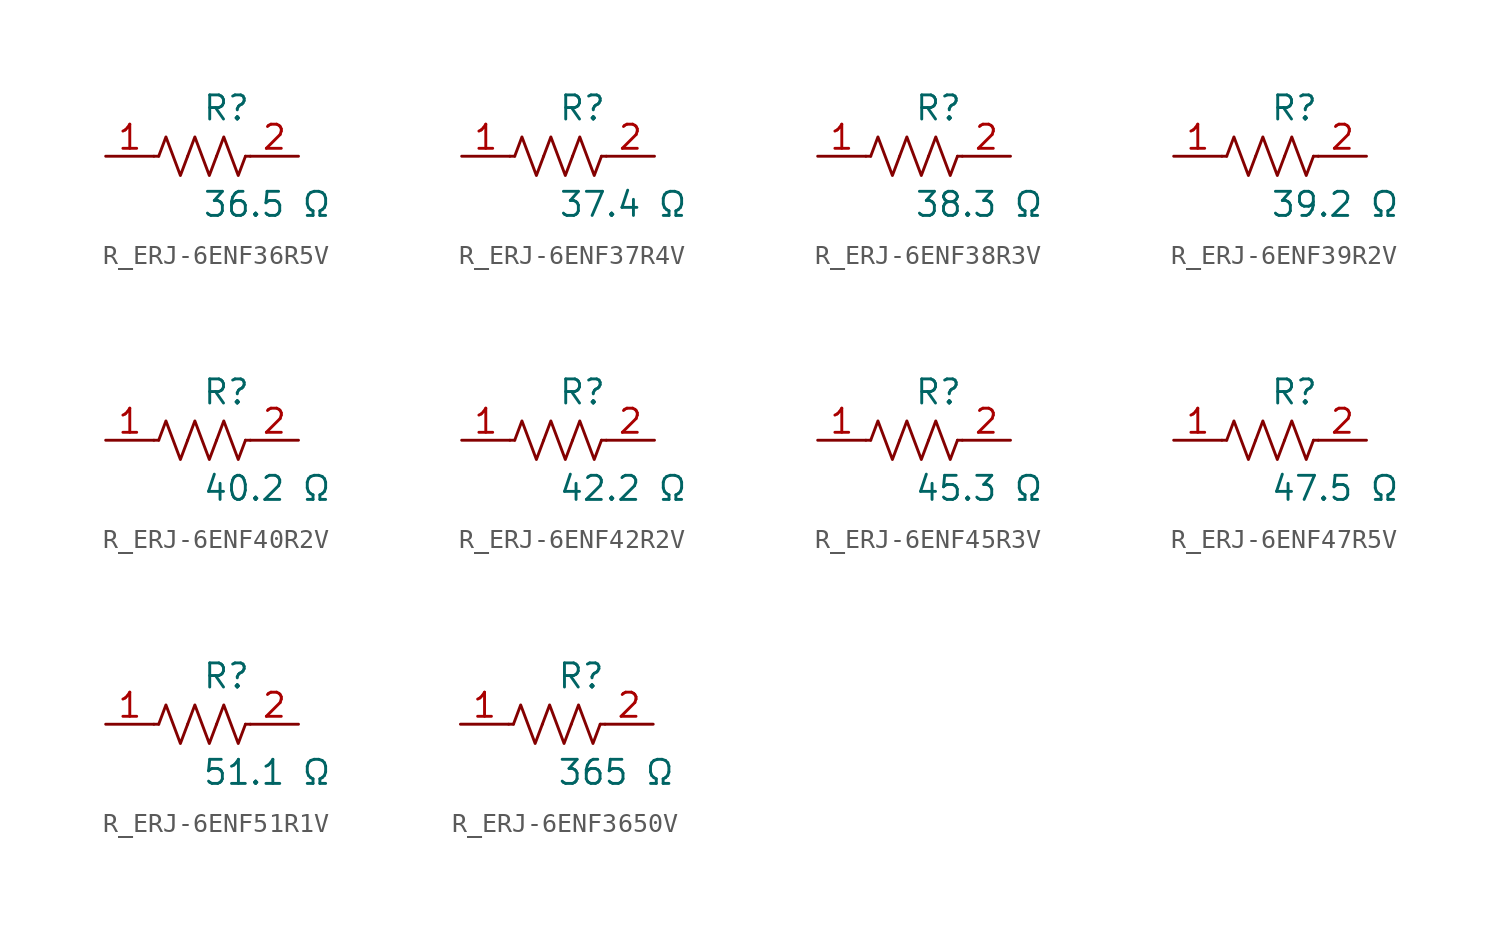
<source format=kicad_sym>
(kicad_symbol_lib
  (version 20231120)
  (generator kicad_symbol_editor)
  (generator_version 8.0)
  (symbol "R_ERJ-6ENF36R5V"
    (pin_names
      (offset 0.254))
    (property "Reference" "R"
      (at 0.0 2.54 0)
      (effects (font (size 1.27 1.27)) (justify left)))
    (property "Value" "36.5 Ω"
      (at 0.0 -2.54 0)
      (effects (font (size 1.27 1.27)) (justify left)))
    (symbol "R_ERJ-6ENF36R5V_0_1"
      (polyline (pts (xy 2.286 0) (xy 2.54 0)) (stroke (width 0) (type default)) (fill (type none)))
      (polyline (pts (xy -2.286 0) (xy -2.54 0)) (stroke (width 0) (type default)) (fill (type none)))
      (polyline (pts (xy 0.762 0) (xy 1.143 1.016) (xy 1.524 0) (xy 1.905 -1.016) (xy 2.286 0)) (stroke (width 0) (type default)) (fill (type none)))
      (polyline (pts (xy -0.762 0) (xy -0.381 1.016) (xy 0 0) (xy 0.381 -1.016) (xy 0.762 0)) (stroke (width 0) (type default)) (fill (type none)))
      (polyline (pts (xy -2.286 0) (xy -1.905 1.016) (xy -1.524 0) (xy -1.143 -1.016) (xy -0.762 0)) (stroke (width 0) (type default)) (fill (type none))))
    (pin unspecified line
      (at -5.08 0 0)
      (length 2.54)
      (name "" (effects (font (size 1.27 1.27))))
      (number "1" (effects (font (size 1.27 1.27)))))
    (pin unspecified line
      (at 5.08 0 180)
      (length 2.54)
      (name "" (effects (font (size 1.27 1.27))))
      (number "2" (effects (font (size 1.27 1.27))))))
  (symbol "R_ERJ-6ENF37R4V"
    (pin_names
      (offset 0.254))
    (property "Reference" "R"
      (at 0.0 2.54 0)
      (effects (font (size 1.27 1.27)) (justify left)))
    (property "Value" "37.4 Ω"
      (at 0.0 -2.54 0)
      (effects (font (size 1.27 1.27)) (justify left)))
    (symbol "R_ERJ-6ENF37R4V_0_1"
      (polyline (pts (xy 2.286 0) (xy 2.54 0)) (stroke (width 0) (type default)) (fill (type none)))
      (polyline (pts (xy -2.286 0) (xy -2.54 0)) (stroke (width 0) (type default)) (fill (type none)))
      (polyline (pts (xy 0.762 0) (xy 1.143 1.016) (xy 1.524 0) (xy 1.905 -1.016) (xy 2.286 0)) (stroke (width 0) (type default)) (fill (type none)))
      (polyline (pts (xy -0.762 0) (xy -0.381 1.016) (xy 0 0) (xy 0.381 -1.016) (xy 0.762 0)) (stroke (width 0) (type default)) (fill (type none)))
      (polyline (pts (xy -2.286 0) (xy -1.905 1.016) (xy -1.524 0) (xy -1.143 -1.016) (xy -0.762 0)) (stroke (width 0) (type default)) (fill (type none))))
    (pin unspecified line
      (at -5.08 0 0)
      (length 2.54)
      (name "" (effects (font (size 1.27 1.27))))
      (number "1" (effects (font (size 1.27 1.27)))))
    (pin unspecified line
      (at 5.08 0 180)
      (length 2.54)
      (name "" (effects (font (size 1.27 1.27))))
      (number "2" (effects (font (size 1.27 1.27))))))
  (symbol "R_ERJ-6ENF38R3V"
    (pin_names
      (offset 0.254))
    (property "Reference" "R"
      (at 0.0 2.54 0)
      (effects (font (size 1.27 1.27)) (justify left)))
    (property "Value" "38.3 Ω"
      (at 0.0 -2.54 0)
      (effects (font (size 1.27 1.27)) (justify left)))
    (symbol "R_ERJ-6ENF38R3V_0_1"
      (polyline (pts (xy 2.286 0) (xy 2.54 0)) (stroke (width 0) (type default)) (fill (type none)))
      (polyline (pts (xy -2.286 0) (xy -2.54 0)) (stroke (width 0) (type default)) (fill (type none)))
      (polyline (pts (xy 0.762 0) (xy 1.143 1.016) (xy 1.524 0) (xy 1.905 -1.016) (xy 2.286 0)) (stroke (width 0) (type default)) (fill (type none)))
      (polyline (pts (xy -0.762 0) (xy -0.381 1.016) (xy 0 0) (xy 0.381 -1.016) (xy 0.762 0)) (stroke (width 0) (type default)) (fill (type none)))
      (polyline (pts (xy -2.286 0) (xy -1.905 1.016) (xy -1.524 0) (xy -1.143 -1.016) (xy -0.762 0)) (stroke (width 0) (type default)) (fill (type none))))
    (pin unspecified line
      (at -5.08 0 0)
      (length 2.54)
      (name "" (effects (font (size 1.27 1.27))))
      (number "1" (effects (font (size 1.27 1.27)))))
    (pin unspecified line
      (at 5.08 0 180)
      (length 2.54)
      (name "" (effects (font (size 1.27 1.27))))
      (number "2" (effects (font (size 1.27 1.27))))))
  (symbol "R_ERJ-6ENF39R2V"
    (pin_names
      (offset 0.254))
    (property "Reference" "R"
      (at 0.0 2.54 0)
      (effects (font (size 1.27 1.27)) (justify left)))
    (property "Value" "39.2 Ω"
      (at 0.0 -2.54 0)
      (effects (font (size 1.27 1.27)) (justify left)))
    (symbol "R_ERJ-6ENF39R2V_0_1"
      (polyline (pts (xy 2.286 0) (xy 2.54 0)) (stroke (width 0) (type default)) (fill (type none)))
      (polyline (pts (xy -2.286 0) (xy -2.54 0)) (stroke (width 0) (type default)) (fill (type none)))
      (polyline (pts (xy 0.762 0) (xy 1.143 1.016) (xy 1.524 0) (xy 1.905 -1.016) (xy 2.286 0)) (stroke (width 0) (type default)) (fill (type none)))
      (polyline (pts (xy -0.762 0) (xy -0.381 1.016) (xy 0 0) (xy 0.381 -1.016) (xy 0.762 0)) (stroke (width 0) (type default)) (fill (type none)))
      (polyline (pts (xy -2.286 0) (xy -1.905 1.016) (xy -1.524 0) (xy -1.143 -1.016) (xy -0.762 0)) (stroke (width 0) (type default)) (fill (type none))))
    (pin unspecified line
      (at -5.08 0 0)
      (length 2.54)
      (name "" (effects (font (size 1.27 1.27))))
      (number "1" (effects (font (size 1.27 1.27)))))
    (pin unspecified line
      (at 5.08 0 180)
      (length 2.54)
      (name "" (effects (font (size 1.27 1.27))))
      (number "2" (effects (font (size 1.27 1.27))))))
  (symbol "R_ERJ-6ENF40R2V"
    (pin_names
      (offset 0.254))
    (property "Reference" "R"
      (at 0.0 2.54 0)
      (effects (font (size 1.27 1.27)) (justify left)))
    (property "Value" "40.2 Ω"
      (at 0.0 -2.54 0)
      (effects (font (size 1.27 1.27)) (justify left)))
    (symbol "R_ERJ-6ENF40R2V_0_1"
      (polyline (pts (xy 2.286 0) (xy 2.54 0)) (stroke (width 0) (type default)) (fill (type none)))
      (polyline (pts (xy -2.286 0) (xy -2.54 0)) (stroke (width 0) (type default)) (fill (type none)))
      (polyline (pts (xy 0.762 0) (xy 1.143 1.016) (xy 1.524 0) (xy 1.905 -1.016) (xy 2.286 0)) (stroke (width 0) (type default)) (fill (type none)))
      (polyline (pts (xy -0.762 0) (xy -0.381 1.016) (xy 0 0) (xy 0.381 -1.016) (xy 0.762 0)) (stroke (width 0) (type default)) (fill (type none)))
      (polyline (pts (xy -2.286 0) (xy -1.905 1.016) (xy -1.524 0) (xy -1.143 -1.016) (xy -0.762 0)) (stroke (width 0) (type default)) (fill (type none))))
    (pin unspecified line
      (at -5.08 0 0)
      (length 2.54)
      (name "" (effects (font (size 1.27 1.27))))
      (number "1" (effects (font (size 1.27 1.27)))))
    (pin unspecified line
      (at 5.08 0 180)
      (length 2.54)
      (name "" (effects (font (size 1.27 1.27))))
      (number "2" (effects (font (size 1.27 1.27))))))
  (symbol "R_ERJ-6ENF42R2V"
    (pin_names
      (offset 0.254))
    (property "Reference" "R"
      (at 0.0 2.54 0)
      (effects (font (size 1.27 1.27)) (justify left)))
    (property "Value" "42.2 Ω"
      (at 0.0 -2.54 0)
      (effects (font (size 1.27 1.27)) (justify left)))
    (symbol "R_ERJ-6ENF42R2V_0_1"
      (polyline (pts (xy 2.286 0) (xy 2.54 0)) (stroke (width 0) (type default)) (fill (type none)))
      (polyline (pts (xy -2.286 0) (xy -2.54 0)) (stroke (width 0) (type default)) (fill (type none)))
      (polyline (pts (xy 0.762 0) (xy 1.143 1.016) (xy 1.524 0) (xy 1.905 -1.016) (xy 2.286 0)) (stroke (width 0) (type default)) (fill (type none)))
      (polyline (pts (xy -0.762 0) (xy -0.381 1.016) (xy 0 0) (xy 0.381 -1.016) (xy 0.762 0)) (stroke (width 0) (type default)) (fill (type none)))
      (polyline (pts (xy -2.286 0) (xy -1.905 1.016) (xy -1.524 0) (xy -1.143 -1.016) (xy -0.762 0)) (stroke (width 0) (type default)) (fill (type none))))
    (pin unspecified line
      (at -5.08 0 0)
      (length 2.54)
      (name "" (effects (font (size 1.27 1.27))))
      (number "1" (effects (font (size 1.27 1.27)))))
    (pin unspecified line
      (at 5.08 0 180)
      (length 2.54)
      (name "" (effects (font (size 1.27 1.27))))
      (number "2" (effects (font (size 1.27 1.27))))))
  (symbol "R_ERJ-6ENF45R3V"
    (pin_names
      (offset 0.254))
    (property "Reference" "R"
      (at 0.0 2.54 0)
      (effects (font (size 1.27 1.27)) (justify left)))
    (property "Value" "45.3 Ω"
      (at 0.0 -2.54 0)
      (effects (font (size 1.27 1.27)) (justify left)))
    (symbol "R_ERJ-6ENF45R3V_0_1"
      (polyline (pts (xy 2.286 0) (xy 2.54 0)) (stroke (width 0) (type default)) (fill (type none)))
      (polyline (pts (xy -2.286 0) (xy -2.54 0)) (stroke (width 0) (type default)) (fill (type none)))
      (polyline (pts (xy 0.762 0) (xy 1.143 1.016) (xy 1.524 0) (xy 1.905 -1.016) (xy 2.286 0)) (stroke (width 0) (type default)) (fill (type none)))
      (polyline (pts (xy -0.762 0) (xy -0.381 1.016) (xy 0 0) (xy 0.381 -1.016) (xy 0.762 0)) (stroke (width 0) (type default)) (fill (type none)))
      (polyline (pts (xy -2.286 0) (xy -1.905 1.016) (xy -1.524 0) (xy -1.143 -1.016) (xy -0.762 0)) (stroke (width 0) (type default)) (fill (type none))))
    (pin unspecified line
      (at -5.08 0 0)
      (length 2.54)
      (name "" (effects (font (size 1.27 1.27))))
      (number "1" (effects (font (size 1.27 1.27)))))
    (pin unspecified line
      (at 5.08 0 180)
      (length 2.54)
      (name "" (effects (font (size 1.27 1.27))))
      (number "2" (effects (font (size 1.27 1.27))))))
  (symbol "R_ERJ-6ENF47R5V"
    (pin_names
      (offset 0.254))
    (property "Reference" "R"
      (at 0.0 2.54 0)
      (effects (font (size 1.27 1.27)) (justify left)))
    (property "Value" "47.5 Ω"
      (at 0.0 -2.54 0)
      (effects (font (size 1.27 1.27)) (justify left)))
    (symbol "R_ERJ-6ENF47R5V_0_1"
      (polyline (pts (xy 2.286 0) (xy 2.54 0)) (stroke (width 0) (type default)) (fill (type none)))
      (polyline (pts (xy -2.286 0) (xy -2.54 0)) (stroke (width 0) (type default)) (fill (type none)))
      (polyline (pts (xy 0.762 0) (xy 1.143 1.016) (xy 1.524 0) (xy 1.905 -1.016) (xy 2.286 0)) (stroke (width 0) (type default)) (fill (type none)))
      (polyline (pts (xy -0.762 0) (xy -0.381 1.016) (xy 0 0) (xy 0.381 -1.016) (xy 0.762 0)) (stroke (width 0) (type default)) (fill (type none)))
      (polyline (pts (xy -2.286 0) (xy -1.905 1.016) (xy -1.524 0) (xy -1.143 -1.016) (xy -0.762 0)) (stroke (width 0) (type default)) (fill (type none))))
    (pin unspecified line
      (at -5.08 0 0)
      (length 2.54)
      (name "" (effects (font (size 1.27 1.27))))
      (number "1" (effects (font (size 1.27 1.27)))))
    (pin unspecified line
      (at 5.08 0 180)
      (length 2.54)
      (name "" (effects (font (size 1.27 1.27))))
      (number "2" (effects (font (size 1.27 1.27))))))
  (symbol "R_ERJ-6ENF51R1V"
    (pin_names
      (offset 0.254))
    (property "Reference" "R"
      (at 0.0 2.54 0)
      (effects (font (size 1.27 1.27)) (justify left)))
    (property "Value" "51.1 Ω"
      (at 0.0 -2.54 0)
      (effects (font (size 1.27 1.27)) (justify left)))
    (symbol "R_ERJ-6ENF51R1V_0_1"
      (polyline (pts (xy 2.286 0) (xy 2.54 0)) (stroke (width 0) (type default)) (fill (type none)))
      (polyline (pts (xy -2.286 0) (xy -2.54 0)) (stroke (width 0) (type default)) (fill (type none)))
      (polyline (pts (xy 0.762 0) (xy 1.143 1.016) (xy 1.524 0) (xy 1.905 -1.016) (xy 2.286 0)) (stroke (width 0) (type default)) (fill (type none)))
      (polyline (pts (xy -0.762 0) (xy -0.381 1.016) (xy 0 0) (xy 0.381 -1.016) (xy 0.762 0)) (stroke (width 0) (type default)) (fill (type none)))
      (polyline (pts (xy -2.286 0) (xy -1.905 1.016) (xy -1.524 0) (xy -1.143 -1.016) (xy -0.762 0)) (stroke (width 0) (type default)) (fill (type none))))
    (pin unspecified line
      (at -5.08 0 0)
      (length 2.54)
      (name "" (effects (font (size 1.27 1.27))))
      (number "1" (effects (font (size 1.27 1.27)))))
    (pin unspecified line
      (at 5.08 0 180)
      (length 2.54)
      (name "" (effects (font (size 1.27 1.27))))
      (number "2" (effects (font (size 1.27 1.27))))))
  (symbol "R_ERJ-6ENF3650V"
    (pin_names
      (offset 0.254))
    (property "Reference" "R"
      (at 0.0 2.54 0)
      (effects (font (size 1.27 1.27)) (justify left)))
    (property "Value" "365 Ω"
      (at 0.0 -2.54 0)
      (effects (font (size 1.27 1.27)) (justify left)))
    (symbol "R_ERJ-6ENF3650V_0_1"
      (polyline (pts (xy 2.286 0) (xy 2.54 0)) (stroke (width 0) (type default)) (fill (type none)))
      (polyline (pts (xy -2.286 0) (xy -2.54 0)) (stroke (width 0) (type default)) (fill (type none)))
      (polyline (pts (xy 0.762 0) (xy 1.143 1.016) (xy 1.524 0) (xy 1.905 -1.016) (xy 2.286 0)) (stroke (width 0) (type default)) (fill (type none)))
      (polyline (pts (xy -0.762 0) (xy -0.381 1.016) (xy 0 0) (xy 0.381 -1.016) (xy 0.762 0)) (stroke (width 0) (type default)) (fill (type none)))
      (polyline (pts (xy -2.286 0) (xy -1.905 1.016) (xy -1.524 0) (xy -1.143 -1.016) (xy -0.762 0)) (stroke (width 0) (type default)) (fill (type none))))
    (pin unspecified line
      (at -5.08 0 0)
      (length 2.54)
      (name "" (effects (font (size 1.27 1.27))))
      (number "1" (effects (font (size 1.27 1.27)))))
    (pin unspecified line
      (at 5.08 0 180)
      (length 2.54)
      (name "" (effects (font (size 1.27 1.27))))
      (number "2" (effects (font (size 1.27 1.27)))))))
</source>
